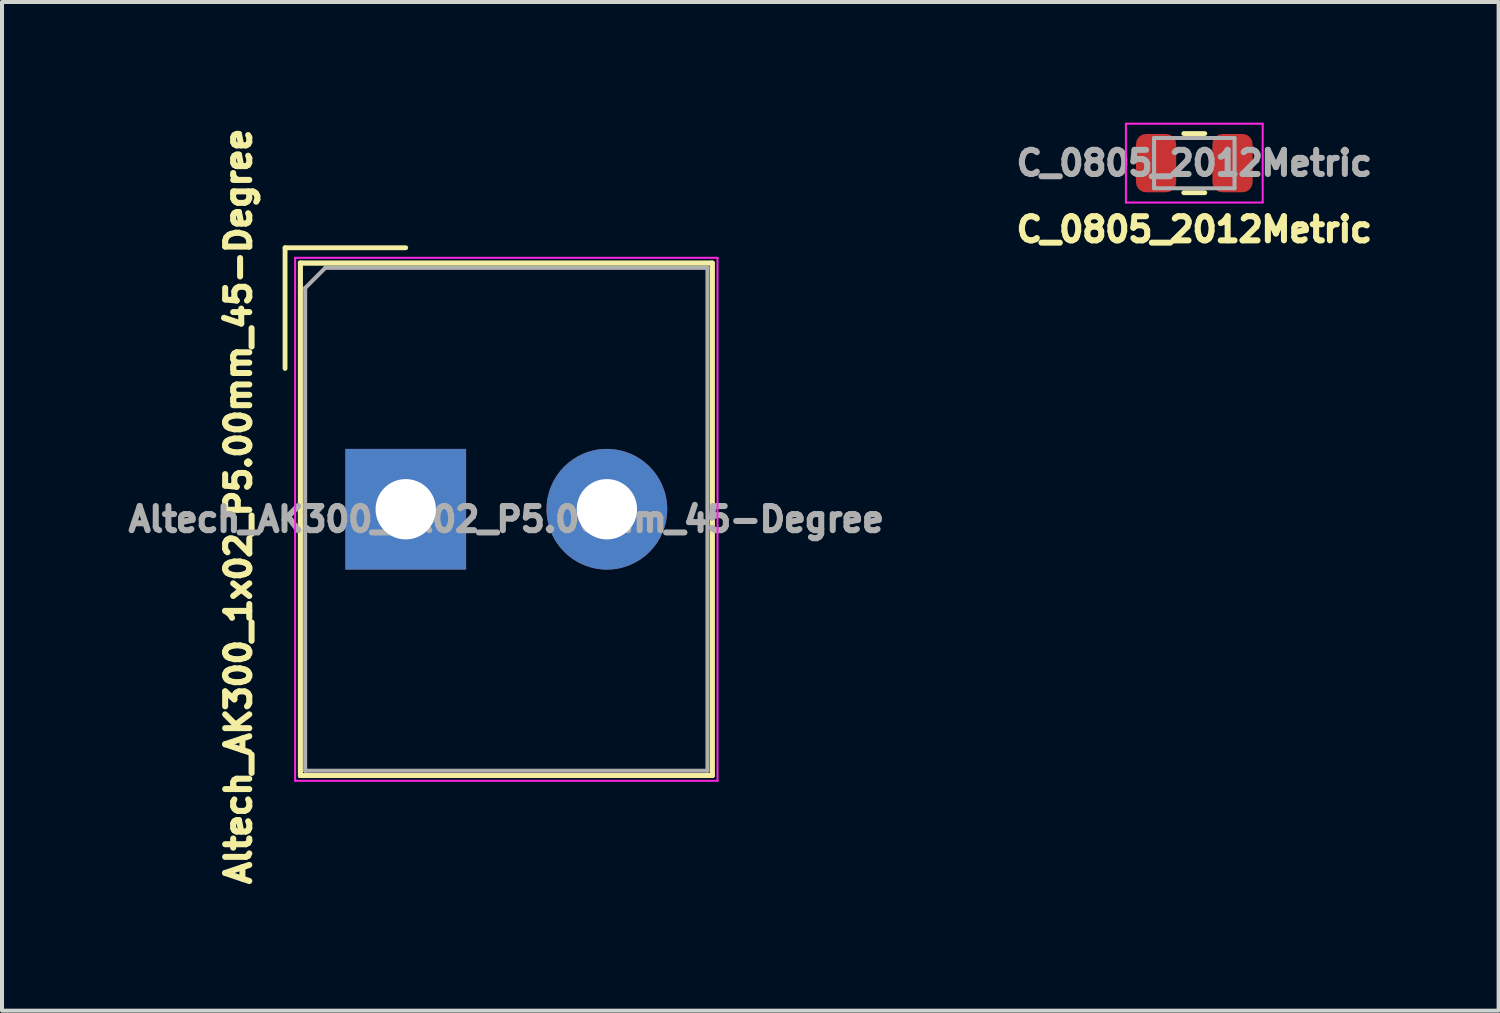
<source format=kicad_pcb>
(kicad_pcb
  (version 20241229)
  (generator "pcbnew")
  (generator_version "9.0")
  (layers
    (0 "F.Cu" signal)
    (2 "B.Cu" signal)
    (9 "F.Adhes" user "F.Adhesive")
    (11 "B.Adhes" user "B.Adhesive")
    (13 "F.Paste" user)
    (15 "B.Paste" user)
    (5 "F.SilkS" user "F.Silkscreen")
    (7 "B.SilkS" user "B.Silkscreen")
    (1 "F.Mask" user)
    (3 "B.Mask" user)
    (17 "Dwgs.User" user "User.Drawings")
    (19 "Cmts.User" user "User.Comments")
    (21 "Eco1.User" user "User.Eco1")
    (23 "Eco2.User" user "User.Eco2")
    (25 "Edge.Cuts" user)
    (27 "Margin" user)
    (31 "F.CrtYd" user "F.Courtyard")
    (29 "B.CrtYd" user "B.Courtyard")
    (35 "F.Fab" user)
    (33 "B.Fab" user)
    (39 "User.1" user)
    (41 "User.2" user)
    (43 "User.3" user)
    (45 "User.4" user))
  (footprint "Altech_AK300_1x02_P5.00mm_45-Degree"
    (layer "F.Cu")
    (at 7.036 9.609)
    (property "Reference" "Altech_AK300_1x02_P5.00mm_45-Degree" (at -4.159 -0.073 270) (layer "F.SilkS") (effects (font (size 0.6 0.6) (thickness 0.15))))
    (attr through_hole)
    (fp_line (start -3 -6.5) (end 0 -6.5) (stroke (width 0.12) (type solid)) (layer "F.SilkS"))
    (fp_line (start -3 -3.5) (end -3 -6.5) (stroke (width 0.12) (type solid)) (layer "F.SilkS"))
    (fp_line (start -2.62 -6.12) (end -2.62 6.62) (stroke (width 0.12) (type solid)) (layer "F.SilkS"))
    (fp_line (start -2.62 -6.12) (end -2.62 6.62) (stroke (width 0.12) (type solid)) (layer "F.SilkS"))
    (fp_line (start -2.62 -6.12) (end 7.62 -6.12) (stroke (width 0.12) (type solid)) (layer "F.SilkS"))
    (fp_line (start -2.62 -6.12) (end 7.62 -6.12) (stroke (width 0.12) (type solid)) (layer "F.SilkS"))
    (fp_line (start -2.62 6.62) (end 7.62 6.62) (stroke (width 0.12) (type solid)) (layer "F.SilkS"))
    (fp_line (start -2.62 6.62) (end 7.62 6.62) (stroke (width 0.12) (type solid)) (layer "F.SilkS"))
    (fp_line (start 7.62 -6.12) (end 7.62 6.62) (stroke (width 0.12) (type solid)) (layer "F.SilkS"))
    (fp_line (start 7.62 -6.12) (end 7.62 6.62) (stroke (width 0.12) (type solid)) (layer "F.SilkS"))
    (fp_line (start -2.75 -6.25) (end -2.75 6.75) (stroke (width 0.05) (type solid)) (layer "F.CrtYd"))
    (fp_line (start -2.75 -6.25) (end 7.75 -6.25) (stroke (width 0.05) (type solid)) (layer "F.CrtYd"))
    (fp_line (start -2.75 6.75) (end 7.75 6.75) (stroke (width 0.05) (type solid)) (layer "F.CrtYd"))
    (fp_line (start 7.75 -6.25) (end 7.75 6.75) (stroke (width 0.05) (type solid)) (layer "F.CrtYd"))
    (fp_line (start -2.5 -5.5) (end -2 -6) (stroke (width 0.1) (type solid)) (layer "F.Fab"))
    (fp_line (start -2.5 6.5) (end -2.5 -5.5) (stroke (width 0.1) (type solid)) (layer "F.Fab"))
    (fp_line (start -2 -6) (end 7.5 -6) (stroke (width 0.1) (type solid)) (layer "F.Fab"))
    (fp_line (start 7.5 -6) (end 7.5 6.5) (stroke (width 0.1) (type solid)) (layer "F.Fab"))
    (fp_line (start 7.5 6.5) (end -2.5 6.5) (stroke (width 0.1) (type solid)) (layer "F.Fab"))
    (fp_text user "${REFERENCE}" (at 2.5 0.25 180) (layer "F.Fab") (effects (font (size 0.6 0.6) (thickness 0.15))))
    (pad "1" thru_hole rect (at 0 0) (size 3 3) (drill 1.5) (layers "*.Cu" "*.Mask"))
    (pad "2" thru_hole circle (at 5 0) (size 3 3) (drill 1.5) (layers "*.Cu" "*.Mask")))
  (footprint "C_0805_2012Metric"
    (layer "F.Cu")
    (at 26.638 1.005)
    (property "Reference" "C_0805_2012Metric" (at 0 1.65 0) (layer "F.SilkS") (effects (font (size 0.6 0.6) (thickness 0.15))))
    (attr smd)
    (fp_line (start 0.261 -0.735) (end -0.261 -0.735) (stroke (width 0.12) (type solid)) (layer "F.SilkS"))
    (fp_line (start 0.261 0.735) (end -0.261 0.735) (stroke (width 0.12) (type solid)) (layer "F.SilkS"))
    (fp_line (start -1.7 -0.98) (end -1.7 0.98) (stroke (width 0.05) (type solid)) (layer "F.CrtYd"))
    (fp_line (start -1.7 0.98) (end 1.7 0.98) (stroke (width 0.05) (type solid)) (layer "F.CrtYd"))
    (fp_line (start 1.7 -0.98) (end -1.7 -0.98) (stroke (width 0.05) (type solid)) (layer "F.CrtYd"))
    (fp_line (start 1.7 0.98) (end 1.7 -0.98) (stroke (width 0.05) (type solid)) (layer "F.CrtYd"))
    (fp_line (start -1 -0.625) (end -1 0.625) (stroke (width 0.1) (type solid)) (layer "F.Fab"))
    (fp_line (start -1 0.625) (end 1 0.625) (stroke (width 0.1) (type solid)) (layer "F.Fab"))
    (fp_line (start 1 -0.625) (end -1 -0.625) (stroke (width 0.1) (type solid)) (layer "F.Fab"))
    (fp_line (start 1 0.625) (end 1 -0.625) (stroke (width 0.1) (type solid)) (layer "F.Fab"))
    (fp_text user "${REFERENCE}" (at 0 0 0) (layer "F.Fab") (effects (font (size 0.6 0.6) (thickness 0.15))))
    (pad "1" smd roundrect (at -0.95 0 180) (size 1 1.45) (layers "F.Cu" "F.Mask" "F.Paste") (roundrect_rratio 0.25))
    (pad "2" smd roundrect (at 0.95 0 180) (size 1 1.45) (layers "F.Cu" "F.Mask" "F.Paste") (roundrect_rratio 0.25)))
  (gr_rect
    (start -3 -3)
    (end 34.203 22.073)
    (stroke (width 0.1) (type default))
    (fill no)
    (layer "Edge.Cuts")))
</source>
